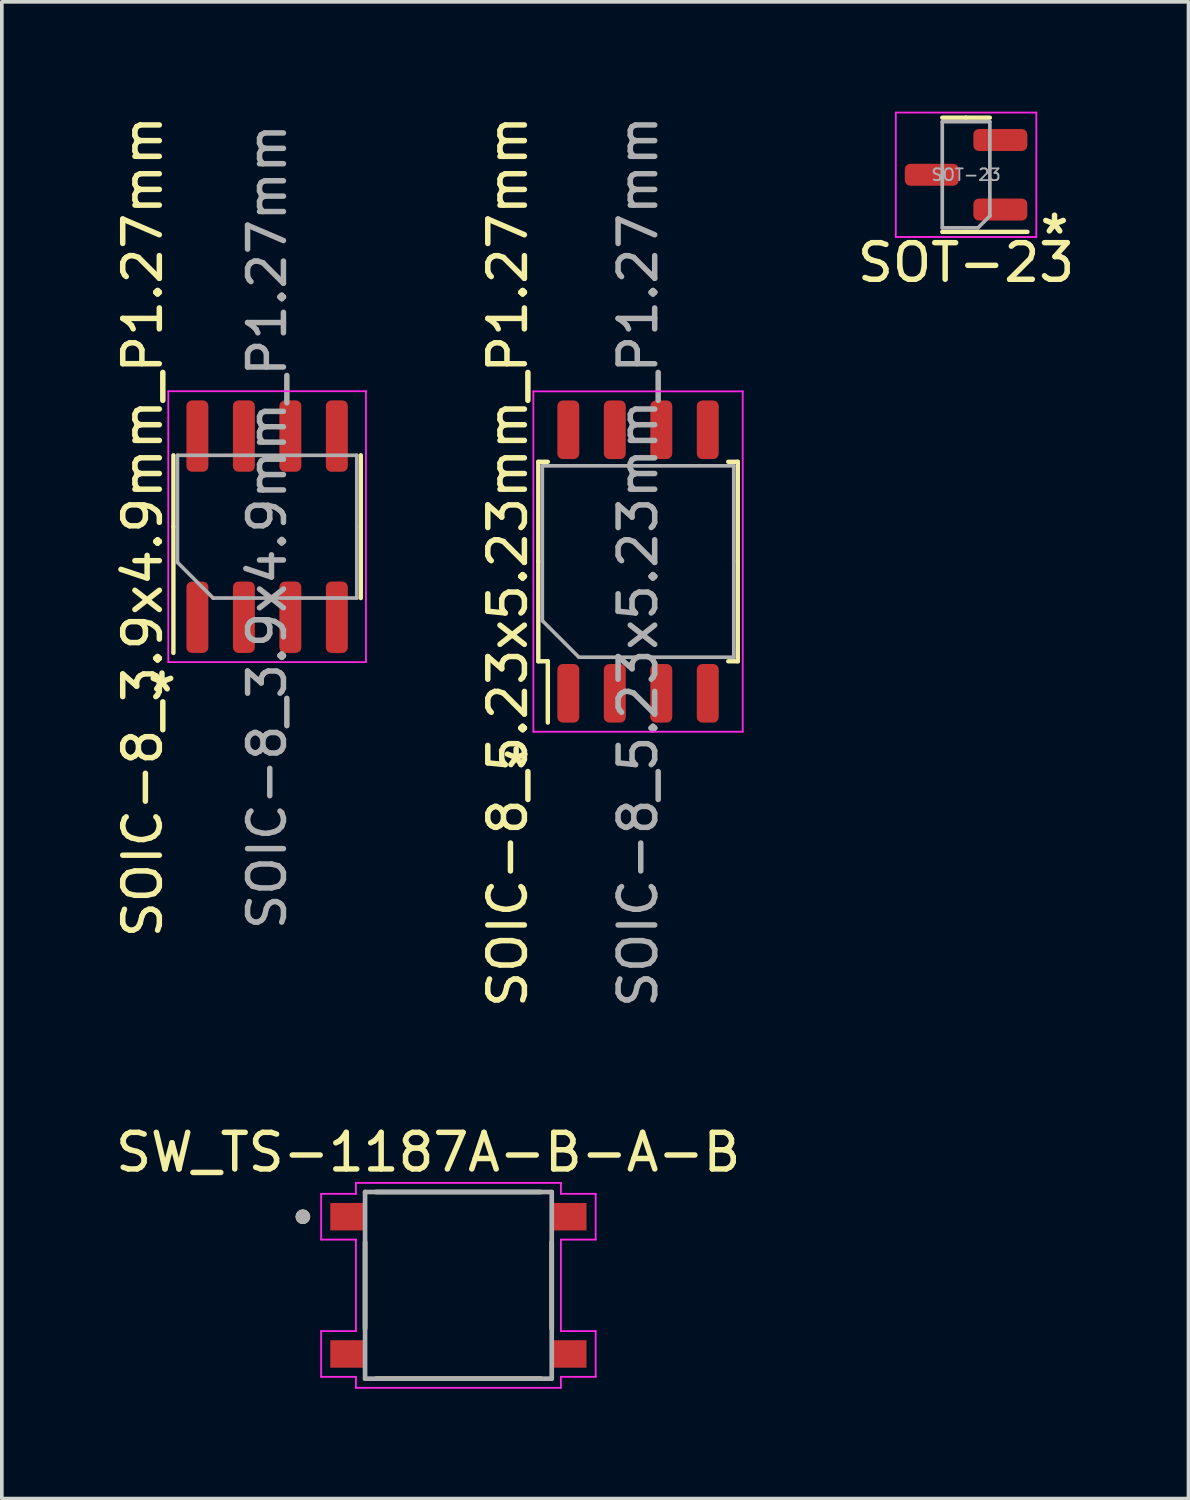
<source format=kicad_pcb>
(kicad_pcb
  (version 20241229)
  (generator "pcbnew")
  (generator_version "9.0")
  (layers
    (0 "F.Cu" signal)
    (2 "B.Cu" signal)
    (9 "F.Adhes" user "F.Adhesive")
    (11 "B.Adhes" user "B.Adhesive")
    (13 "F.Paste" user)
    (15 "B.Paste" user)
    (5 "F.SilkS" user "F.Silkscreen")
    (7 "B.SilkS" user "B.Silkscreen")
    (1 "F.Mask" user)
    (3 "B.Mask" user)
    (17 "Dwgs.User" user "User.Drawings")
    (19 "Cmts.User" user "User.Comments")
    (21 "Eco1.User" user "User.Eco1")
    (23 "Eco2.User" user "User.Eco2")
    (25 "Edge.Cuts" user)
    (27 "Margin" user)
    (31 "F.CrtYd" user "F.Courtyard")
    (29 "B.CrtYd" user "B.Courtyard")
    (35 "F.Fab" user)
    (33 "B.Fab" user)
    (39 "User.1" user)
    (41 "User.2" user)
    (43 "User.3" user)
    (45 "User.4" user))
  (footprint "SOIC-8_3.9x4.9mm_P1.27mm"
    (layer "F.Cu")
    (at 4.248 11.339)
    (property "Reference" "SOIC-8_3.9x4.9mm_P1.27mm" (at -3.4 0 90) (layer "F.SilkS") (effects (font (size 1 1) (thickness 0.15))))
    (attr smd)
    (fp_line (start -2.56 0) (end -2.56 -1.95) (stroke (width 0.12) (type solid)) (layer "F.SilkS"))
    (fp_line (start -2.56 0) (end -2.56 3.45) (stroke (width 0.12) (type solid)) (layer "F.SilkS"))
    (fp_line (start 2.56 0) (end 2.56 -1.95) (stroke (width 0.12) (type solid)) (layer "F.SilkS"))
    (fp_line (start 2.56 0) (end 2.56 1.95) (stroke (width 0.12) (type solid)) (layer "F.SilkS"))
    (fp_line (start -2.7 -3.7) (end -2.7 3.7) (stroke (width 0.05) (type solid)) (layer "F.CrtYd"))
    (fp_line (start -2.7 3.7) (end 2.7 3.7) (stroke (width 0.05) (type solid)) (layer "F.CrtYd"))
    (fp_line (start 2.7 -3.7) (end -2.7 -3.7) (stroke (width 0.05) (type solid)) (layer "F.CrtYd"))
    (fp_line (start 2.7 3.7) (end 2.7 -3.7) (stroke (width 0.05) (type solid)) (layer "F.CrtYd"))
    (fp_line (start -2.45 -1.95) (end 2.45 -1.95) (stroke (width 0.1) (type solid)) (layer "F.Fab"))
    (fp_line (start -2.45 0.975) (end -2.45 -1.95) (stroke (width 0.1) (type solid)) (layer "F.Fab"))
    (fp_line (start -1.475 1.95) (end -2.45 0.975) (stroke (width 0.1) (type solid)) (layer "F.Fab"))
    (fp_line (start 2.45 -1.95) (end 2.45 1.95) (stroke (width 0.1) (type solid)) (layer "F.Fab"))
    (fp_line (start 2.45 1.95) (end -1.475 1.95) (stroke (width 0.1) (type solid)) (layer "F.Fab"))
    (fp_text user "*" (at -3.353 5.131 0) (unlocked yes) (layer "F.SilkS") (effects (font (size 1 1) (thickness 0.15)) (justify left bottom)))
    (fp_text user "${REFERENCE}" (at 0 0 90) (layer "F.Fab") (effects (font (size 0.98 0.98) (thickness 0.15))))
    (pad "1" smd roundrect (at -1.905 2.475 90) (size 1.95 0.6) (layers "F.Cu" "F.Mask" "F.Paste") (roundrect_rratio 0.25))
    (pad "2" smd roundrect (at -0.635 2.475 90) (size 1.95 0.6) (layers "F.Cu" "F.Mask" "F.Paste") (roundrect_rratio 0.25))
    (pad "3" smd roundrect (at 0.635 2.475 90) (size 1.95 0.6) (layers "F.Cu" "F.Mask" "F.Paste") (roundrect_rratio 0.25))
    (pad "4" smd roundrect (at 1.905 2.475 90) (size 1.95 0.6) (layers "F.Cu" "F.Mask" "F.Paste") (roundrect_rratio 0.25))
    (pad "5" smd roundrect (at 1.905 -2.475 90) (size 1.95 0.6) (layers "F.Cu" "F.Mask" "F.Paste") (roundrect_rratio 0.25))
    (pad "6" smd roundrect (at 0.635 -2.475 90) (size 1.95 0.6) (layers "F.Cu" "F.Mask" "F.Paste") (roundrect_rratio 0.25))
    (pad "7" smd roundrect (at -0.635 -2.475 90) (size 1.95 0.6) (layers "F.Cu" "F.Mask" "F.Paste") (roundrect_rratio 0.25))
    (pad "8" smd roundrect (at -1.905 -2.475 90) (size 1.95 0.6) (layers "F.Cu" "F.Mask" "F.Paste") (roundrect_rratio 0.25)))
  (footprint "SW_TS-1187A-B-A-B"
    (layer "F.Cu")
    (at 9.474 32.067)
    (property "Reference" "SW_TS-1187A-B-A-B" (at -0.825 -3.635 0) (layer "F.SilkS") (effects (font (size 1 1) (thickness 0.15))))
    (attr smd)
    (fp_line (start -2.55 -1.18) (end -2.55 1.18) (stroke (width 0.127) (type solid)) (layer "F.SilkS"))
    (fp_line (start 2.25 -2.55) (end -2.25 -2.55) (stroke (width 0.127) (type solid)) (layer "F.SilkS"))
    (fp_line (start 2.25 2.55) (end -2.25 2.55) (stroke (width 0.127) (type solid)) (layer "F.SilkS"))
    (fp_line (start 2.55 1.18) (end 2.55 -1.18) (stroke (width 0.127) (type solid)) (layer "F.SilkS"))
    (fp_circle (center -4.25 -1.875) (end -4.15 -1.875) (stroke (width 0.2) (type solid)) (fill no) (layer "F.SilkS"))
    (fp_line (start -3.75 -2.5) (end -3.75 -1.25) (stroke (width 0.05) (type solid)) (layer "F.CrtYd"))
    (fp_line (start -3.75 -2.5) (end -2.8 -2.5) (stroke (width 0.05) (type solid)) (layer "F.CrtYd"))
    (fp_line (start -3.75 -1.25) (end -2.8 -1.25) (stroke (width 0.05) (type solid)) (layer "F.CrtYd"))
    (fp_line (start -3.75 1.25) (end -2.8 1.25) (stroke (width 0.05) (type solid)) (layer "F.CrtYd"))
    (fp_line (start -3.75 2.5) (end -3.75 1.25) (stroke (width 0.05) (type solid)) (layer "F.CrtYd"))
    (fp_line (start -3.75 2.5) (end -2.8 2.5) (stroke (width 0.05) (type solid)) (layer "F.CrtYd"))
    (fp_line (start -2.8 -2.8) (end -2.8 -2.5) (stroke (width 0.05) (type solid)) (layer "F.CrtYd"))
    (fp_line (start -2.8 -1.25) (end -2.8 1.25) (stroke (width 0.05) (type solid)) (layer "F.CrtYd"))
    (fp_line (start -2.8 2.8) (end -2.8 2.5) (stroke (width 0.05) (type solid)) (layer "F.CrtYd"))
    (fp_line (start -2.8 2.8) (end 2.8 2.8) (stroke (width 0.05) (type solid)) (layer "F.CrtYd"))
    (fp_line (start 2.8 -2.8) (end -2.8 -2.8) (stroke (width 0.05) (type solid)) (layer "F.CrtYd"))
    (fp_line (start 2.8 -2.8) (end 2.8 -2.5) (stroke (width 0.05) (type solid)) (layer "F.CrtYd"))
    (fp_line (start 2.8 -1.25) (end 2.8 1.25) (stroke (width 0.05) (type solid)) (layer "F.CrtYd"))
    (fp_line (start 2.8 2.8) (end 2.8 2.5) (stroke (width 0.05) (type solid)) (layer "F.CrtYd"))
    (fp_line (start 3.75 -2.5) (end 2.8 -2.5) (stroke (width 0.05) (type solid)) (layer "F.CrtYd"))
    (fp_line (start 3.75 -2.5) (end 3.75 -1.25) (stroke (width 0.05) (type solid)) (layer "F.CrtYd"))
    (fp_line (start 3.75 -1.25) (end 2.8 -1.25) (stroke (width 0.05) (type solid)) (layer "F.CrtYd"))
    (fp_line (start 3.75 1.25) (end 2.8 1.25) (stroke (width 0.05) (type solid)) (layer "F.CrtYd"))
    (fp_line (start 3.75 2.5) (end 2.8 2.5) (stroke (width 0.05) (type solid)) (layer "F.CrtYd"))
    (fp_line (start 3.75 2.5) (end 3.75 1.25) (stroke (width 0.05) (type solid)) (layer "F.CrtYd"))
    (fp_line (start -2.55 -2.55) (end -2.55 2.55) (stroke (width 0.127) (type solid)) (layer "F.Fab"))
    (fp_line (start -2.55 2.55) (end 2.55 2.55) (stroke (width 0.127) (type solid)) (layer "F.Fab"))
    (fp_line (start 2.55 -2.55) (end -2.55 -2.55) (stroke (width 0.127) (type solid)) (layer "F.Fab"))
    (fp_line (start 2.55 2.55) (end 2.55 -2.55) (stroke (width 0.127) (type solid)) (layer "F.Fab"))
    (fp_circle (center -4.25 -1.875) (end -4.15 -1.875) (stroke (width 0.2) (type solid)) (fill no) (layer "F.Fab"))
    (pad "1" smd rect (at -3 -1.875) (size 1 0.75) (layers "F.Cu" "F.Mask" "F.Paste"))
    (pad "2" smd rect (at 3 -1.875) (size 1 0.75) (layers "F.Cu" "F.Mask" "F.Paste"))
    (pad "3" smd rect (at -3 1.875) (size 1 0.75) (layers "F.Cu" "F.Mask" "F.Paste"))
    (pad "4" smd rect (at 3 1.875) (size 1 0.75) (layers "F.Cu" "F.Mask" "F.Paste")))
  (footprint "SOIC-8_5.23x5.23mm_P1.27mm"
    (layer "F.Cu")
    (at 14.382 12.292)
    (property "Reference" "SOIC-8_5.23x5.23mm_P1.27mm" (at -3.56 0 90) (layer "F.SilkS") (effects (font (size 1 1) (thickness 0.15))))
    (attr smd)
    (fp_line (start -2.725 -2.725) (end -2.465 -2.725) (stroke (width 0.12) (type solid)) (layer "F.SilkS"))
    (fp_line (start -2.725 0) (end -2.725 -2.725) (stroke (width 0.12) (type solid)) (layer "F.SilkS"))
    (fp_line (start -2.725 0) (end -2.725 2.725) (stroke (width 0.12) (type solid)) (layer "F.SilkS"))
    (fp_line (start -2.725 2.725) (end -2.465 2.725) (stroke (width 0.12) (type solid)) (layer "F.SilkS"))
    (fp_line (start -2.465 2.725) (end -2.465 4.4) (stroke (width 0.12) (type solid)) (layer "F.SilkS"))
    (fp_line (start 2.725 -2.725) (end 2.465 -2.725) (stroke (width 0.12) (type solid)) (layer "F.SilkS"))
    (fp_line (start 2.725 0) (end 2.725 -2.725) (stroke (width 0.12) (type solid)) (layer "F.SilkS"))
    (fp_line (start 2.725 0) (end 2.725 2.725) (stroke (width 0.12) (type solid)) (layer "F.SilkS"))
    (fp_line (start 2.725 2.725) (end 2.465 2.725) (stroke (width 0.12) (type solid)) (layer "F.SilkS"))
    (fp_line (start -2.86 -4.65) (end -2.86 4.65) (stroke (width 0.05) (type solid)) (layer "F.CrtYd"))
    (fp_line (start -2.86 4.65) (end 2.86 4.65) (stroke (width 0.05) (type solid)) (layer "F.CrtYd"))
    (fp_line (start 2.86 -4.65) (end -2.86 -4.65) (stroke (width 0.05) (type solid)) (layer "F.CrtYd"))
    (fp_line (start 2.86 4.65) (end 2.86 -4.65) (stroke (width 0.05) (type solid)) (layer "F.CrtYd"))
    (fp_line (start -2.615 -2.615) (end 2.615 -2.615) (stroke (width 0.1) (type solid)) (layer "F.Fab"))
    (fp_line (start -2.615 1.615) (end -2.615 -2.615) (stroke (width 0.1) (type solid)) (layer "F.Fab"))
    (fp_line (start -1.615 2.615) (end -2.615 1.615) (stroke (width 0.1) (type solid)) (layer "F.Fab"))
    (fp_line (start 2.615 -2.615) (end 2.615 2.615) (stroke (width 0.1) (type solid)) (layer "F.Fab"))
    (fp_line (start 2.615 2.615) (end -1.615 2.615) (stroke (width 0.1) (type solid)) (layer "F.Fab"))
    (fp_text user "*" (at -3.81 6.248 0) (unlocked yes) (layer "F.SilkS") (effects (font (size 1 1) (thickness 0.15)) (justify left bottom)))
    (fp_text user "${REFERENCE}" (at 0 0 90) (layer "F.Fab") (effects (font (size 1 1) (thickness 0.15))))
    (pad "1" smd roundrect (at -1.905 3.6 90) (size 1.6 0.6) (layers "F.Cu" "F.Mask" "F.Paste") (roundrect_rratio 0.25))
    (pad "2" smd roundrect (at -0.635 3.6 90) (size 1.6 0.6) (layers "F.Cu" "F.Mask" "F.Paste") (roundrect_rratio 0.25))
    (pad "3" smd roundrect (at 0.635 3.6 90) (size 1.6 0.6) (layers "F.Cu" "F.Mask" "F.Paste") (roundrect_rratio 0.25))
    (pad "4" smd roundrect (at 1.905 3.6 90) (size 1.6 0.6) (layers "F.Cu" "F.Mask" "F.Paste") (roundrect_rratio 0.25))
    (pad "5" smd roundrect (at 1.905 -3.6 90) (size 1.6 0.6) (layers "F.Cu" "F.Mask" "F.Paste") (roundrect_rratio 0.25))
    (pad "6" smd roundrect (at 0.635 -3.6 90) (size 1.6 0.6) (layers "F.Cu" "F.Mask" "F.Paste") (roundrect_rratio 0.25))
    (pad "7" smd roundrect (at -0.635 -3.6 90) (size 1.6 0.6) (layers "F.Cu" "F.Mask" "F.Paste") (roundrect_rratio 0.25))
    (pad "8" smd roundrect (at -1.905 -3.6 90) (size 1.6 0.6) (layers "F.Cu" "F.Mask" "F.Paste") (roundrect_rratio 0.25)))
  (footprint "SOT-23"
    (layer "F.Cu")
    (at 22.944 1.725)
    (property "Reference" "SOT-23" (at 0.4 2.4 180) (layer "F.SilkS") (effects (font (size 1 1) (thickness 0.15))))
    (attr smd)
    (fp_line (start 0.4 -1.56) (end -0.25 -1.56) (stroke (width 0.12) (type solid)) (layer "F.SilkS"))
    (fp_line (start 0.4 -1.56) (end 1.05 -1.56) (stroke (width 0.12) (type solid)) (layer "F.SilkS"))
    (fp_line (start 0.4 1.56) (end -0.25 1.56) (stroke (width 0.12) (type solid)) (layer "F.SilkS"))
    (fp_line (start 0.4 1.56) (end 2.075 1.56) (stroke (width 0.12) (type solid)) (layer "F.SilkS"))
    (fp_line (start -1.52 -1.7) (end -1.52 1.7) (stroke (width 0.05) (type solid)) (layer "F.CrtYd"))
    (fp_line (start -1.52 1.7) (end 2.32 1.7) (stroke (width 0.05) (type solid)) (layer "F.CrtYd"))
    (fp_line (start 2.32 -1.7) (end -1.52 -1.7) (stroke (width 0.05) (type solid)) (layer "F.CrtYd"))
    (fp_line (start 2.32 1.7) (end 2.32 -1.7) (stroke (width 0.05) (type solid)) (layer "F.CrtYd"))
    (fp_line (start -0.25 -1.45) (end 1.05 -1.45) (stroke (width 0.1) (type solid)) (layer "F.Fab"))
    (fp_line (start -0.25 1.45) (end -0.25 -1.45) (stroke (width 0.1) (type solid)) (layer "F.Fab"))
    (fp_line (start 0.725 1.45) (end -0.25 1.45) (stroke (width 0.1) (type solid)) (layer "F.Fab"))
    (fp_line (start 1.05 -1.45) (end 1.05 1.125) (stroke (width 0.1) (type solid)) (layer "F.Fab"))
    (fp_line (start 1.05 1.125) (end 0.725 1.45) (stroke (width 0.1) (type solid)) (layer "F.Fab"))
    (fp_text user "*" (at 2.337 2.235 0) (unlocked yes) (layer "F.SilkS") (effects (font (size 1 1) (thickness 0.15)) (justify left bottom)))
    (fp_text user "${REFERENCE}" (at 0.4 0 180) (layer "F.Fab") (effects (font (size 0.32 0.32) (thickness 0.05))))
    (pad "1" smd roundrect (at 1.337 0.95 180) (size 1.475 0.6) (layers "F.Cu" "F.Mask" "F.Paste") (roundrect_rratio 0.25))
    (pad "2" smd roundrect (at 1.337 -0.95 180) (size 1.475 0.6) (layers "F.Cu" "F.Mask" "F.Paste") (roundrect_rratio 0.25))
    (pad "3" smd roundrect (at -0.537 0 180) (size 1.475 0.6) (layers "F.Cu" "F.Mask" "F.Paste") (roundrect_rratio 0.25)))
  (gr_rect
    (start -3 -3)
    (end 29.421 37.892)
    (stroke (width 0.1) (type default))
    (fill no)
    (layer "Edge.Cuts")))
</source>
